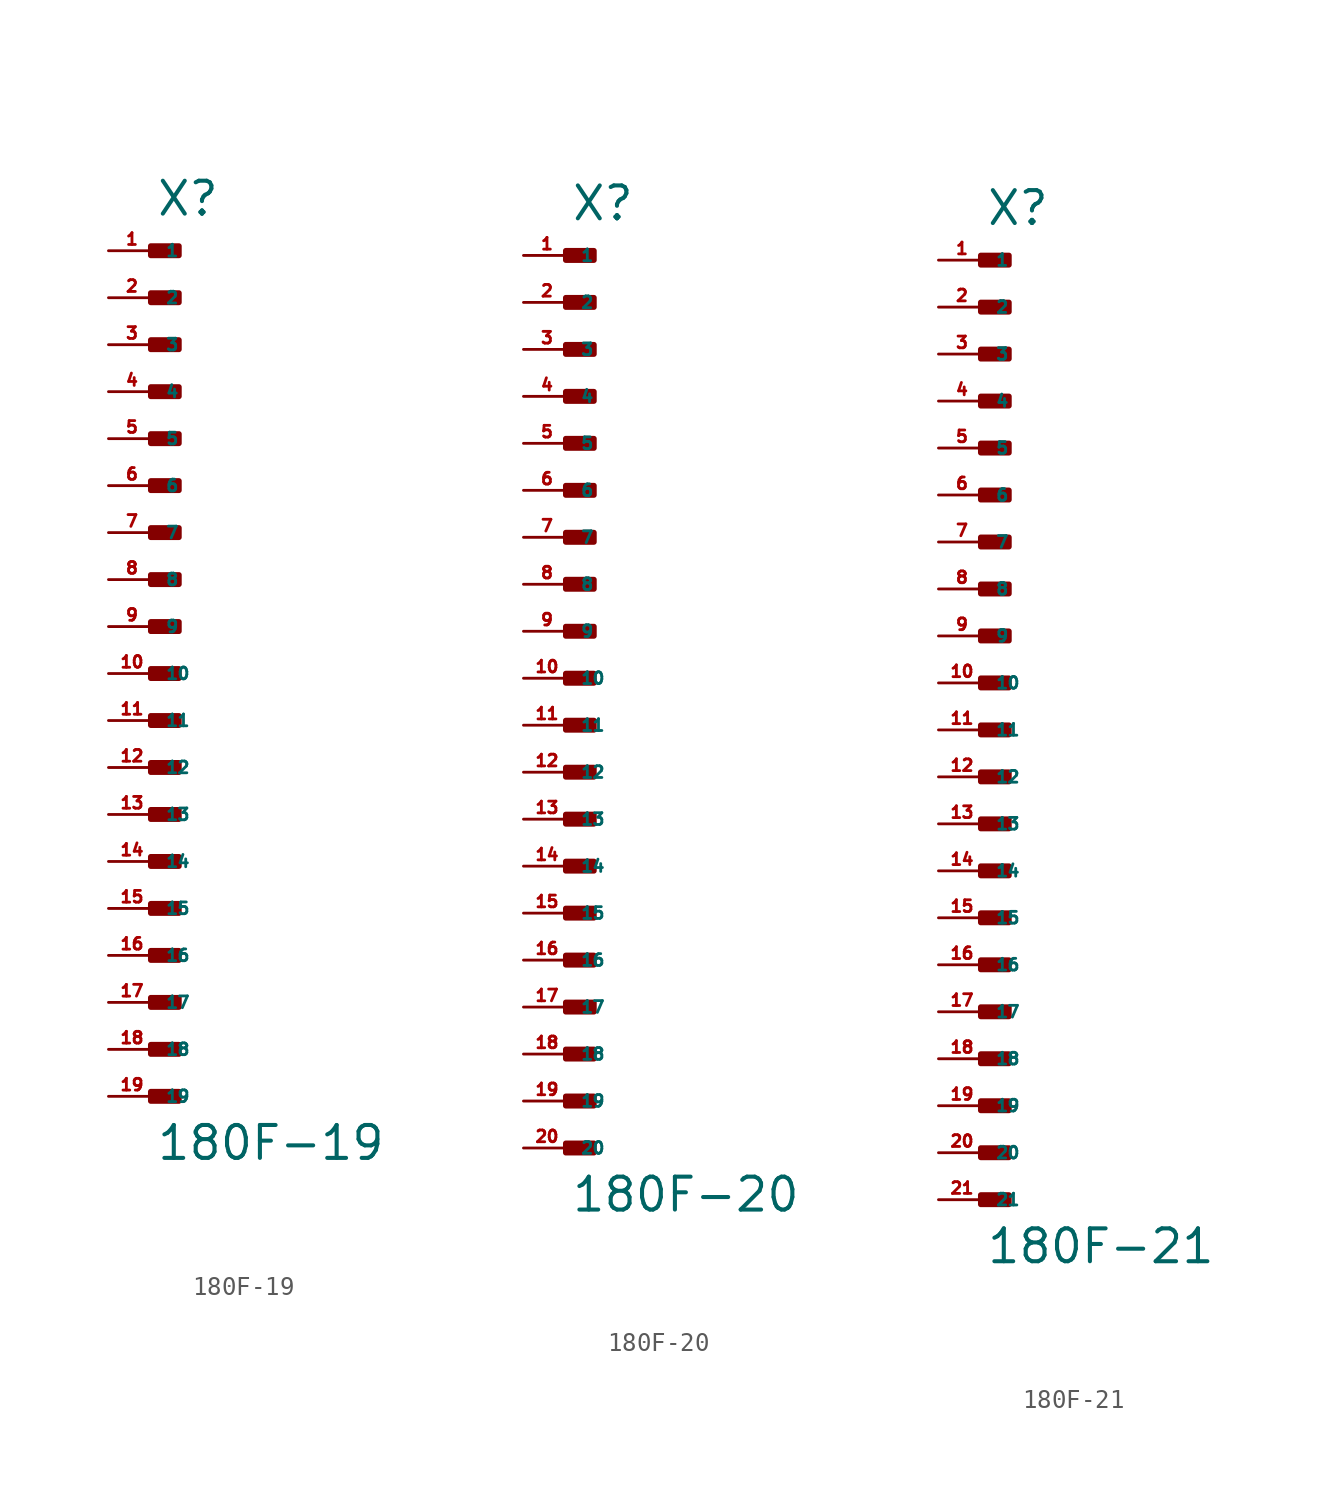
<source format=kicad_sym>
(kicad_symbol_lib
  (version 20220914)
  (generator Eagle2Kicad)
  (symbol "180F-19"
    (property "Reference" "X"
      (at 0 24.638 0)
      (effects (font (size 1.778 1.778) (thickness 0.22)) (justify left bottom)))
    (property "Value" "180F-19"
      (at 0 -26.416 0)
      (effects (font (size 1.778 1.778) (thickness 0.22)) (justify left bottom)))
    (rectangle
      (start -0.254 22.606)
      (end 1.27 23.114)
      (stroke (width 0.3) (type default))
      (fill (type outline)))
    (rectangle
      (start -0.254 20.066)
      (end 1.27 20.574)
      (stroke (width 0.3) (type default))
      (fill (type outline)))
    (rectangle
      (start -0.254 17.526)
      (end 1.27 18.034)
      (stroke (width 0.3) (type default))
      (fill (type outline)))
    (rectangle
      (start -0.254 14.986)
      (end 1.27 15.494)
      (stroke (width 0.3) (type default))
      (fill (type outline)))
    (rectangle
      (start -0.254 12.446)
      (end 1.27 12.954)
      (stroke (width 0.3) (type default))
      (fill (type outline)))
    (rectangle
      (start -0.254 9.906)
      (end 1.27 10.414)
      (stroke (width 0.3) (type default))
      (fill (type outline)))
    (rectangle
      (start -0.254 7.366)
      (end 1.27 7.874)
      (stroke (width 0.3) (type default))
      (fill (type outline)))
    (rectangle
      (start -0.254 4.826)
      (end 1.27 5.334)
      (stroke (width 0.3) (type default))
      (fill (type outline)))
    (rectangle
      (start -0.254 2.286)
      (end 1.27 2.794)
      (stroke (width 0.3) (type default))
      (fill (type outline)))
    (rectangle
      (start -0.254 -0.254)
      (end 1.27 0.254)
      (stroke (width 0.3) (type default))
      (fill (type outline)))
    (rectangle
      (start -0.254 -2.794)
      (end 1.27 -2.286)
      (stroke (width 0.3) (type default))
      (fill (type outline)))
    (rectangle
      (start -0.254 -5.334)
      (end 1.27 -4.826)
      (stroke (width 0.3) (type default))
      (fill (type outline)))
    (rectangle
      (start -0.254 -7.874)
      (end 1.27 -7.366)
      (stroke (width 0.3) (type default))
      (fill (type outline)))
    (rectangle
      (start -0.254 -10.414)
      (end 1.27 -9.906)
      (stroke (width 0.3) (type default))
      (fill (type outline)))
    (rectangle
      (start -0.254 -12.954)
      (end 1.27 -12.446)
      (stroke (width 0.3) (type default))
      (fill (type outline)))
    (rectangle
      (start -0.254 -15.494)
      (end 1.27 -14.986)
      (stroke (width 0.3) (type default))
      (fill (type outline)))
    (rectangle
      (start -0.254 -18.034)
      (end 1.27 -17.526)
      (stroke (width 0.3) (type default))
      (fill (type outline)))
    (rectangle
      (start -0.254 -20.574)
      (end 1.27 -20.066)
      (stroke (width 0.3) (type default))
      (fill (type outline)))
    (rectangle
      (start -0.254 -23.114)
      (end 1.27 -22.606)
      (stroke (width 0.3) (type default))
      (fill (type outline)))
    (pin passive line
      (at -2.54 22.86 0)
      (length 2.54)
      (name "1" (effects (font (size 0.635 0.635) (thickness 0.08)) (justify left bottom)))
      (number "1" (effects (font (size 0.635 0.635) (thickness 0.08)) (justify left bottom))))
    (pin passive line
      (at -2.54 20.32 0)
      (length 2.54)
      (name "2" (effects (font (size 0.635 0.635) (thickness 0.08)) (justify left bottom)))
      (number "2" (effects (font (size 0.635 0.635) (thickness 0.08)) (justify left bottom))))
    (pin passive line
      (at -2.54 17.78 0)
      (length 2.54)
      (name "3" (effects (font (size 0.635 0.635) (thickness 0.08)) (justify left bottom)))
      (number "3" (effects (font (size 0.635 0.635) (thickness 0.08)) (justify left bottom))))
    (pin passive line
      (at -2.54 15.24 0)
      (length 2.54)
      (name "4" (effects (font (size 0.635 0.635) (thickness 0.08)) (justify left bottom)))
      (number "4" (effects (font (size 0.635 0.635) (thickness 0.08)) (justify left bottom))))
    (pin passive line
      (at -2.54 12.7 0)
      (length 2.54)
      (name "5" (effects (font (size 0.635 0.635) (thickness 0.08)) (justify left bottom)))
      (number "5" (effects (font (size 0.635 0.635) (thickness 0.08)) (justify left bottom))))
    (pin passive line
      (at -2.54 10.16 0)
      (length 2.54)
      (name "6" (effects (font (size 0.635 0.635) (thickness 0.08)) (justify left bottom)))
      (number "6" (effects (font (size 0.635 0.635) (thickness 0.08)) (justify left bottom))))
    (pin passive line
      (at -2.54 7.62 0)
      (length 2.54)
      (name "7" (effects (font (size 0.635 0.635) (thickness 0.08)) (justify left bottom)))
      (number "7" (effects (font (size 0.635 0.635) (thickness 0.08)) (justify left bottom))))
    (pin passive line
      (at -2.54 5.08 0)
      (length 2.54)
      (name "8" (effects (font (size 0.635 0.635) (thickness 0.08)) (justify left bottom)))
      (number "8" (effects (font (size 0.635 0.635) (thickness 0.08)) (justify left bottom))))
    (pin passive line
      (at -2.54 2.54 0)
      (length 2.54)
      (name "9" (effects (font (size 0.635 0.635) (thickness 0.08)) (justify left bottom)))
      (number "9" (effects (font (size 0.635 0.635) (thickness 0.08)) (justify left bottom))))
    (pin passive line
      (at -2.54 0 0)
      (length 2.54)
      (name "10" (effects (font (size 0.635 0.635) (thickness 0.08)) (justify left bottom)))
      (number "10" (effects (font (size 0.635 0.635) (thickness 0.08)) (justify left bottom))))
    (pin passive line
      (at -2.54 -2.54 0)
      (length 2.54)
      (name "11" (effects (font (size 0.635 0.635) (thickness 0.08)) (justify left bottom)))
      (number "11" (effects (font (size 0.635 0.635) (thickness 0.08)) (justify left bottom))))
    (pin passive line
      (at -2.54 -5.08 0)
      (length 2.54)
      (name "12" (effects (font (size 0.635 0.635) (thickness 0.08)) (justify left bottom)))
      (number "12" (effects (font (size 0.635 0.635) (thickness 0.08)) (justify left bottom))))
    (pin passive line
      (at -2.54 -7.62 0)
      (length 2.54)
      (name "13" (effects (font (size 0.635 0.635) (thickness 0.08)) (justify left bottom)))
      (number "13" (effects (font (size 0.635 0.635) (thickness 0.08)) (justify left bottom))))
    (pin passive line
      (at -2.54 -10.16 0)
      (length 2.54)
      (name "14" (effects (font (size 0.635 0.635) (thickness 0.08)) (justify left bottom)))
      (number "14" (effects (font (size 0.635 0.635) (thickness 0.08)) (justify left bottom))))
    (pin passive line
      (at -2.54 -12.7 0)
      (length 2.54)
      (name "15" (effects (font (size 0.635 0.635) (thickness 0.08)) (justify left bottom)))
      (number "15" (effects (font (size 0.635 0.635) (thickness 0.08)) (justify left bottom))))
    (pin passive line
      (at -2.54 -15.24 0)
      (length 2.54)
      (name "16" (effects (font (size 0.635 0.635) (thickness 0.08)) (justify left bottom)))
      (number "16" (effects (font (size 0.635 0.635) (thickness 0.08)) (justify left bottom))))
    (pin passive line
      (at -2.54 -17.78 0)
      (length 2.54)
      (name "17" (effects (font (size 0.635 0.635) (thickness 0.08)) (justify left bottom)))
      (number "17" (effects (font (size 0.635 0.635) (thickness 0.08)) (justify left bottom))))
    (pin passive line
      (at -2.54 -20.32 0)
      (length 2.54)
      (name "18" (effects (font (size 0.635 0.635) (thickness 0.08)) (justify left bottom)))
      (number "18" (effects (font (size 0.635 0.635) (thickness 0.08)) (justify left bottom))))
    (pin passive line
      (at -2.54 -22.86 0)
      (length 2.54)
      (name "19" (effects (font (size 0.635 0.635) (thickness 0.08)) (justify left bottom)))
      (number "19" (effects (font (size 0.635 0.635) (thickness 0.08)) (justify left bottom)))))
  (symbol "180F-20"
    (property "Reference" "X"
      (at 0 24.638 0)
      (effects (font (size 1.778 1.778) (thickness 0.22)) (justify left bottom)))
    (property "Value" "180F-20"
      (at 0 -28.956 0)
      (effects (font (size 1.778 1.778) (thickness 0.22)) (justify left bottom)))
    (rectangle
      (start -0.254 22.606)
      (end 1.27 23.114)
      (stroke (width 0.3) (type default))
      (fill (type outline)))
    (rectangle
      (start -0.254 20.066)
      (end 1.27 20.574)
      (stroke (width 0.3) (type default))
      (fill (type outline)))
    (rectangle
      (start -0.254 17.526)
      (end 1.27 18.034)
      (stroke (width 0.3) (type default))
      (fill (type outline)))
    (rectangle
      (start -0.254 14.986)
      (end 1.27 15.494)
      (stroke (width 0.3) (type default))
      (fill (type outline)))
    (rectangle
      (start -0.254 12.446)
      (end 1.27 12.954)
      (stroke (width 0.3) (type default))
      (fill (type outline)))
    (rectangle
      (start -0.254 9.906)
      (end 1.27 10.414)
      (stroke (width 0.3) (type default))
      (fill (type outline)))
    (rectangle
      (start -0.254 7.366)
      (end 1.27 7.874)
      (stroke (width 0.3) (type default))
      (fill (type outline)))
    (rectangle
      (start -0.254 4.826)
      (end 1.27 5.334)
      (stroke (width 0.3) (type default))
      (fill (type outline)))
    (rectangle
      (start -0.254 2.286)
      (end 1.27 2.794)
      (stroke (width 0.3) (type default))
      (fill (type outline)))
    (rectangle
      (start -0.254 -0.254)
      (end 1.27 0.254)
      (stroke (width 0.3) (type default))
      (fill (type outline)))
    (rectangle
      (start -0.254 -2.794)
      (end 1.27 -2.286)
      (stroke (width 0.3) (type default))
      (fill (type outline)))
    (rectangle
      (start -0.254 -5.334)
      (end 1.27 -4.826)
      (stroke (width 0.3) (type default))
      (fill (type outline)))
    (rectangle
      (start -0.254 -7.874)
      (end 1.27 -7.366)
      (stroke (width 0.3) (type default))
      (fill (type outline)))
    (rectangle
      (start -0.254 -10.414)
      (end 1.27 -9.906)
      (stroke (width 0.3) (type default))
      (fill (type outline)))
    (rectangle
      (start -0.254 -12.954)
      (end 1.27 -12.446)
      (stroke (width 0.3) (type default))
      (fill (type outline)))
    (rectangle
      (start -0.254 -15.494)
      (end 1.27 -14.986)
      (stroke (width 0.3) (type default))
      (fill (type outline)))
    (rectangle
      (start -0.254 -18.034)
      (end 1.27 -17.526)
      (stroke (width 0.3) (type default))
      (fill (type outline)))
    (rectangle
      (start -0.254 -20.574)
      (end 1.27 -20.066)
      (stroke (width 0.3) (type default))
      (fill (type outline)))
    (rectangle
      (start -0.254 -23.114)
      (end 1.27 -22.606)
      (stroke (width 0.3) (type default))
      (fill (type outline)))
    (rectangle
      (start -0.254 -25.654)
      (end 1.27 -25.146)
      (stroke (width 0.3) (type default))
      (fill (type outline)))
    (pin passive line
      (at -2.54 22.86 0)
      (length 2.54)
      (name "1" (effects (font (size 0.635 0.635) (thickness 0.08)) (justify left bottom)))
      (number "1" (effects (font (size 0.635 0.635) (thickness 0.08)) (justify left bottom))))
    (pin passive line
      (at -2.54 20.32 0)
      (length 2.54)
      (name "2" (effects (font (size 0.635 0.635) (thickness 0.08)) (justify left bottom)))
      (number "2" (effects (font (size 0.635 0.635) (thickness 0.08)) (justify left bottom))))
    (pin passive line
      (at -2.54 17.78 0)
      (length 2.54)
      (name "3" (effects (font (size 0.635 0.635) (thickness 0.08)) (justify left bottom)))
      (number "3" (effects (font (size 0.635 0.635) (thickness 0.08)) (justify left bottom))))
    (pin passive line
      (at -2.54 15.24 0)
      (length 2.54)
      (name "4" (effects (font (size 0.635 0.635) (thickness 0.08)) (justify left bottom)))
      (number "4" (effects (font (size 0.635 0.635) (thickness 0.08)) (justify left bottom))))
    (pin passive line
      (at -2.54 12.7 0)
      (length 2.54)
      (name "5" (effects (font (size 0.635 0.635) (thickness 0.08)) (justify left bottom)))
      (number "5" (effects (font (size 0.635 0.635) (thickness 0.08)) (justify left bottom))))
    (pin passive line
      (at -2.54 10.16 0)
      (length 2.54)
      (name "6" (effects (font (size 0.635 0.635) (thickness 0.08)) (justify left bottom)))
      (number "6" (effects (font (size 0.635 0.635) (thickness 0.08)) (justify left bottom))))
    (pin passive line
      (at -2.54 7.62 0)
      (length 2.54)
      (name "7" (effects (font (size 0.635 0.635) (thickness 0.08)) (justify left bottom)))
      (number "7" (effects (font (size 0.635 0.635) (thickness 0.08)) (justify left bottom))))
    (pin passive line
      (at -2.54 5.08 0)
      (length 2.54)
      (name "8" (effects (font (size 0.635 0.635) (thickness 0.08)) (justify left bottom)))
      (number "8" (effects (font (size 0.635 0.635) (thickness 0.08)) (justify left bottom))))
    (pin passive line
      (at -2.54 2.54 0)
      (length 2.54)
      (name "9" (effects (font (size 0.635 0.635) (thickness 0.08)) (justify left bottom)))
      (number "9" (effects (font (size 0.635 0.635) (thickness 0.08)) (justify left bottom))))
    (pin passive line
      (at -2.54 0 0)
      (length 2.54)
      (name "10" (effects (font (size 0.635 0.635) (thickness 0.08)) (justify left bottom)))
      (number "10" (effects (font (size 0.635 0.635) (thickness 0.08)) (justify left bottom))))
    (pin passive line
      (at -2.54 -2.54 0)
      (length 2.54)
      (name "11" (effects (font (size 0.635 0.635) (thickness 0.08)) (justify left bottom)))
      (number "11" (effects (font (size 0.635 0.635) (thickness 0.08)) (justify left bottom))))
    (pin passive line
      (at -2.54 -5.08 0)
      (length 2.54)
      (name "12" (effects (font (size 0.635 0.635) (thickness 0.08)) (justify left bottom)))
      (number "12" (effects (font (size 0.635 0.635) (thickness 0.08)) (justify left bottom))))
    (pin passive line
      (at -2.54 -7.62 0)
      (length 2.54)
      (name "13" (effects (font (size 0.635 0.635) (thickness 0.08)) (justify left bottom)))
      (number "13" (effects (font (size 0.635 0.635) (thickness 0.08)) (justify left bottom))))
    (pin passive line
      (at -2.54 -10.16 0)
      (length 2.54)
      (name "14" (effects (font (size 0.635 0.635) (thickness 0.08)) (justify left bottom)))
      (number "14" (effects (font (size 0.635 0.635) (thickness 0.08)) (justify left bottom))))
    (pin passive line
      (at -2.54 -12.7 0)
      (length 2.54)
      (name "15" (effects (font (size 0.635 0.635) (thickness 0.08)) (justify left bottom)))
      (number "15" (effects (font (size 0.635 0.635) (thickness 0.08)) (justify left bottom))))
    (pin passive line
      (at -2.54 -15.24 0)
      (length 2.54)
      (name "16" (effects (font (size 0.635 0.635) (thickness 0.08)) (justify left bottom)))
      (number "16" (effects (font (size 0.635 0.635) (thickness 0.08)) (justify left bottom))))
    (pin passive line
      (at -2.54 -17.78 0)
      (length 2.54)
      (name "17" (effects (font (size 0.635 0.635) (thickness 0.08)) (justify left bottom)))
      (number "17" (effects (font (size 0.635 0.635) (thickness 0.08)) (justify left bottom))))
    (pin passive line
      (at -2.54 -20.32 0)
      (length 2.54)
      (name "18" (effects (font (size 0.635 0.635) (thickness 0.08)) (justify left bottom)))
      (number "18" (effects (font (size 0.635 0.635) (thickness 0.08)) (justify left bottom))))
    (pin passive line
      (at -2.54 -22.86 0)
      (length 2.54)
      (name "19" (effects (font (size 0.635 0.635) (thickness 0.08)) (justify left bottom)))
      (number "19" (effects (font (size 0.635 0.635) (thickness 0.08)) (justify left bottom))))
    (pin passive line
      (at -2.54 -25.4 0)
      (length 2.54)
      (name "20" (effects (font (size 0.635 0.635) (thickness 0.08)) (justify left bottom)))
      (number "20" (effects (font (size 0.635 0.635) (thickness 0.08)) (justify left bottom)))))
  (symbol "180F-21"
    (property "Reference" "X"
      (at 0 27.178 0)
      (effects (font (size 1.778 1.778) (thickness 0.22)) (justify left bottom)))
    (property "Value" "180F-21"
      (at 0 -28.956 0)
      (effects (font (size 1.778 1.778) (thickness 0.22)) (justify left bottom)))
    (rectangle
      (start -0.254 25.146)
      (end 1.27 25.654)
      (stroke (width 0.3) (type default))
      (fill (type outline)))
    (rectangle
      (start -0.254 22.606)
      (end 1.27 23.114)
      (stroke (width 0.3) (type default))
      (fill (type outline)))
    (rectangle
      (start -0.254 20.066)
      (end 1.27 20.574)
      (stroke (width 0.3) (type default))
      (fill (type outline)))
    (rectangle
      (start -0.254 17.526)
      (end 1.27 18.034)
      (stroke (width 0.3) (type default))
      (fill (type outline)))
    (rectangle
      (start -0.254 14.986)
      (end 1.27 15.494)
      (stroke (width 0.3) (type default))
      (fill (type outline)))
    (rectangle
      (start -0.254 12.446)
      (end 1.27 12.954)
      (stroke (width 0.3) (type default))
      (fill (type outline)))
    (rectangle
      (start -0.254 9.906)
      (end 1.27 10.414)
      (stroke (width 0.3) (type default))
      (fill (type outline)))
    (rectangle
      (start -0.254 7.366)
      (end 1.27 7.874)
      (stroke (width 0.3) (type default))
      (fill (type outline)))
    (rectangle
      (start -0.254 4.826)
      (end 1.27 5.334)
      (stroke (width 0.3) (type default))
      (fill (type outline)))
    (rectangle
      (start -0.254 2.286)
      (end 1.27 2.794)
      (stroke (width 0.3) (type default))
      (fill (type outline)))
    (rectangle
      (start -0.254 -0.254)
      (end 1.27 0.254)
      (stroke (width 0.3) (type default))
      (fill (type outline)))
    (rectangle
      (start -0.254 -2.794)
      (end 1.27 -2.286)
      (stroke (width 0.3) (type default))
      (fill (type outline)))
    (rectangle
      (start -0.254 -5.334)
      (end 1.27 -4.826)
      (stroke (width 0.3) (type default))
      (fill (type outline)))
    (rectangle
      (start -0.254 -7.874)
      (end 1.27 -7.366)
      (stroke (width 0.3) (type default))
      (fill (type outline)))
    (rectangle
      (start -0.254 -10.414)
      (end 1.27 -9.906)
      (stroke (width 0.3) (type default))
      (fill (type outline)))
    (rectangle
      (start -0.254 -12.954)
      (end 1.27 -12.446)
      (stroke (width 0.3) (type default))
      (fill (type outline)))
    (rectangle
      (start -0.254 -15.494)
      (end 1.27 -14.986)
      (stroke (width 0.3) (type default))
      (fill (type outline)))
    (rectangle
      (start -0.254 -18.034)
      (end 1.27 -17.526)
      (stroke (width 0.3) (type default))
      (fill (type outline)))
    (rectangle
      (start -0.254 -20.574)
      (end 1.27 -20.066)
      (stroke (width 0.3) (type default))
      (fill (type outline)))
    (rectangle
      (start -0.254 -23.114)
      (end 1.27 -22.606)
      (stroke (width 0.3) (type default))
      (fill (type outline)))
    (rectangle
      (start -0.254 -25.654)
      (end 1.27 -25.146)
      (stroke (width 0.3) (type default))
      (fill (type outline)))
    (pin passive line
      (at -2.54 25.4 0)
      (length 2.54)
      (name "1" (effects (font (size 0.635 0.635) (thickness 0.08)) (justify left bottom)))
      (number "1" (effects (font (size 0.635 0.635) (thickness 0.08)) (justify left bottom))))
    (pin passive line
      (at -2.54 22.86 0)
      (length 2.54)
      (name "2" (effects (font (size 0.635 0.635) (thickness 0.08)) (justify left bottom)))
      (number "2" (effects (font (size 0.635 0.635) (thickness 0.08)) (justify left bottom))))
    (pin passive line
      (at -2.54 20.32 0)
      (length 2.54)
      (name "3" (effects (font (size 0.635 0.635) (thickness 0.08)) (justify left bottom)))
      (number "3" (effects (font (size 0.635 0.635) (thickness 0.08)) (justify left bottom))))
    (pin passive line
      (at -2.54 17.78 0)
      (length 2.54)
      (name "4" (effects (font (size 0.635 0.635) (thickness 0.08)) (justify left bottom)))
      (number "4" (effects (font (size 0.635 0.635) (thickness 0.08)) (justify left bottom))))
    (pin passive line
      (at -2.54 15.24 0)
      (length 2.54)
      (name "5" (effects (font (size 0.635 0.635) (thickness 0.08)) (justify left bottom)))
      (number "5" (effects (font (size 0.635 0.635) (thickness 0.08)) (justify left bottom))))
    (pin passive line
      (at -2.54 12.7 0)
      (length 2.54)
      (name "6" (effects (font (size 0.635 0.635) (thickness 0.08)) (justify left bottom)))
      (number "6" (effects (font (size 0.635 0.635) (thickness 0.08)) (justify left bottom))))
    (pin passive line
      (at -2.54 10.16 0)
      (length 2.54)
      (name "7" (effects (font (size 0.635 0.635) (thickness 0.08)) (justify left bottom)))
      (number "7" (effects (font (size 0.635 0.635) (thickness 0.08)) (justify left bottom))))
    (pin passive line
      (at -2.54 7.62 0)
      (length 2.54)
      (name "8" (effects (font (size 0.635 0.635) (thickness 0.08)) (justify left bottom)))
      (number "8" (effects (font (size 0.635 0.635) (thickness 0.08)) (justify left bottom))))
    (pin passive line
      (at -2.54 5.08 0)
      (length 2.54)
      (name "9" (effects (font (size 0.635 0.635) (thickness 0.08)) (justify left bottom)))
      (number "9" (effects (font (size 0.635 0.635) (thickness 0.08)) (justify left bottom))))
    (pin passive line
      (at -2.54 2.54 0)
      (length 2.54)
      (name "10" (effects (font (size 0.635 0.635) (thickness 0.08)) (justify left bottom)))
      (number "10" (effects (font (size 0.635 0.635) (thickness 0.08)) (justify left bottom))))
    (pin passive line
      (at -2.54 0 0)
      (length 2.54)
      (name "11" (effects (font (size 0.635 0.635) (thickness 0.08)) (justify left bottom)))
      (number "11" (effects (font (size 0.635 0.635) (thickness 0.08)) (justify left bottom))))
    (pin passive line
      (at -2.54 -2.54 0)
      (length 2.54)
      (name "12" (effects (font (size 0.635 0.635) (thickness 0.08)) (justify left bottom)))
      (number "12" (effects (font (size 0.635 0.635) (thickness 0.08)) (justify left bottom))))
    (pin passive line
      (at -2.54 -5.08 0)
      (length 2.54)
      (name "13" (effects (font (size 0.635 0.635) (thickness 0.08)) (justify left bottom)))
      (number "13" (effects (font (size 0.635 0.635) (thickness 0.08)) (justify left bottom))))
    (pin passive line
      (at -2.54 -7.62 0)
      (length 2.54)
      (name "14" (effects (font (size 0.635 0.635) (thickness 0.08)) (justify left bottom)))
      (number "14" (effects (font (size 0.635 0.635) (thickness 0.08)) (justify left bottom))))
    (pin passive line
      (at -2.54 -10.16 0)
      (length 2.54)
      (name "15" (effects (font (size 0.635 0.635) (thickness 0.08)) (justify left bottom)))
      (number "15" (effects (font (size 0.635 0.635) (thickness 0.08)) (justify left bottom))))
    (pin passive line
      (at -2.54 -12.7 0)
      (length 2.54)
      (name "16" (effects (font (size 0.635 0.635) (thickness 0.08)) (justify left bottom)))
      (number "16" (effects (font (size 0.635 0.635) (thickness 0.08)) (justify left bottom))))
    (pin passive line
      (at -2.54 -15.24 0)
      (length 2.54)
      (name "17" (effects (font (size 0.635 0.635) (thickness 0.08)) (justify left bottom)))
      (number "17" (effects (font (size 0.635 0.635) (thickness 0.08)) (justify left bottom))))
    (pin passive line
      (at -2.54 -17.78 0)
      (length 2.54)
      (name "18" (effects (font (size 0.635 0.635) (thickness 0.08)) (justify left bottom)))
      (number "18" (effects (font (size 0.635 0.635) (thickness 0.08)) (justify left bottom))))
    (pin passive line
      (at -2.54 -20.32 0)
      (length 2.54)
      (name "19" (effects (font (size 0.635 0.635) (thickness 0.08)) (justify left bottom)))
      (number "19" (effects (font (size 0.635 0.635) (thickness 0.08)) (justify left bottom))))
    (pin passive line
      (at -2.54 -22.86 0)
      (length 2.54)
      (name "20" (effects (font (size 0.635 0.635) (thickness 0.08)) (justify left bottom)))
      (number "20" (effects (font (size 0.635 0.635) (thickness 0.08)) (justify left bottom))))
    (pin passive line
      (at -2.54 -25.4 0)
      (length 2.54)
      (name "21" (effects (font (size 0.635 0.635) (thickness 0.08)) (justify left bottom)))
      (number "21" (effects (font (size 0.635 0.635) (thickness 0.08)) (justify left bottom))))))
</source>
